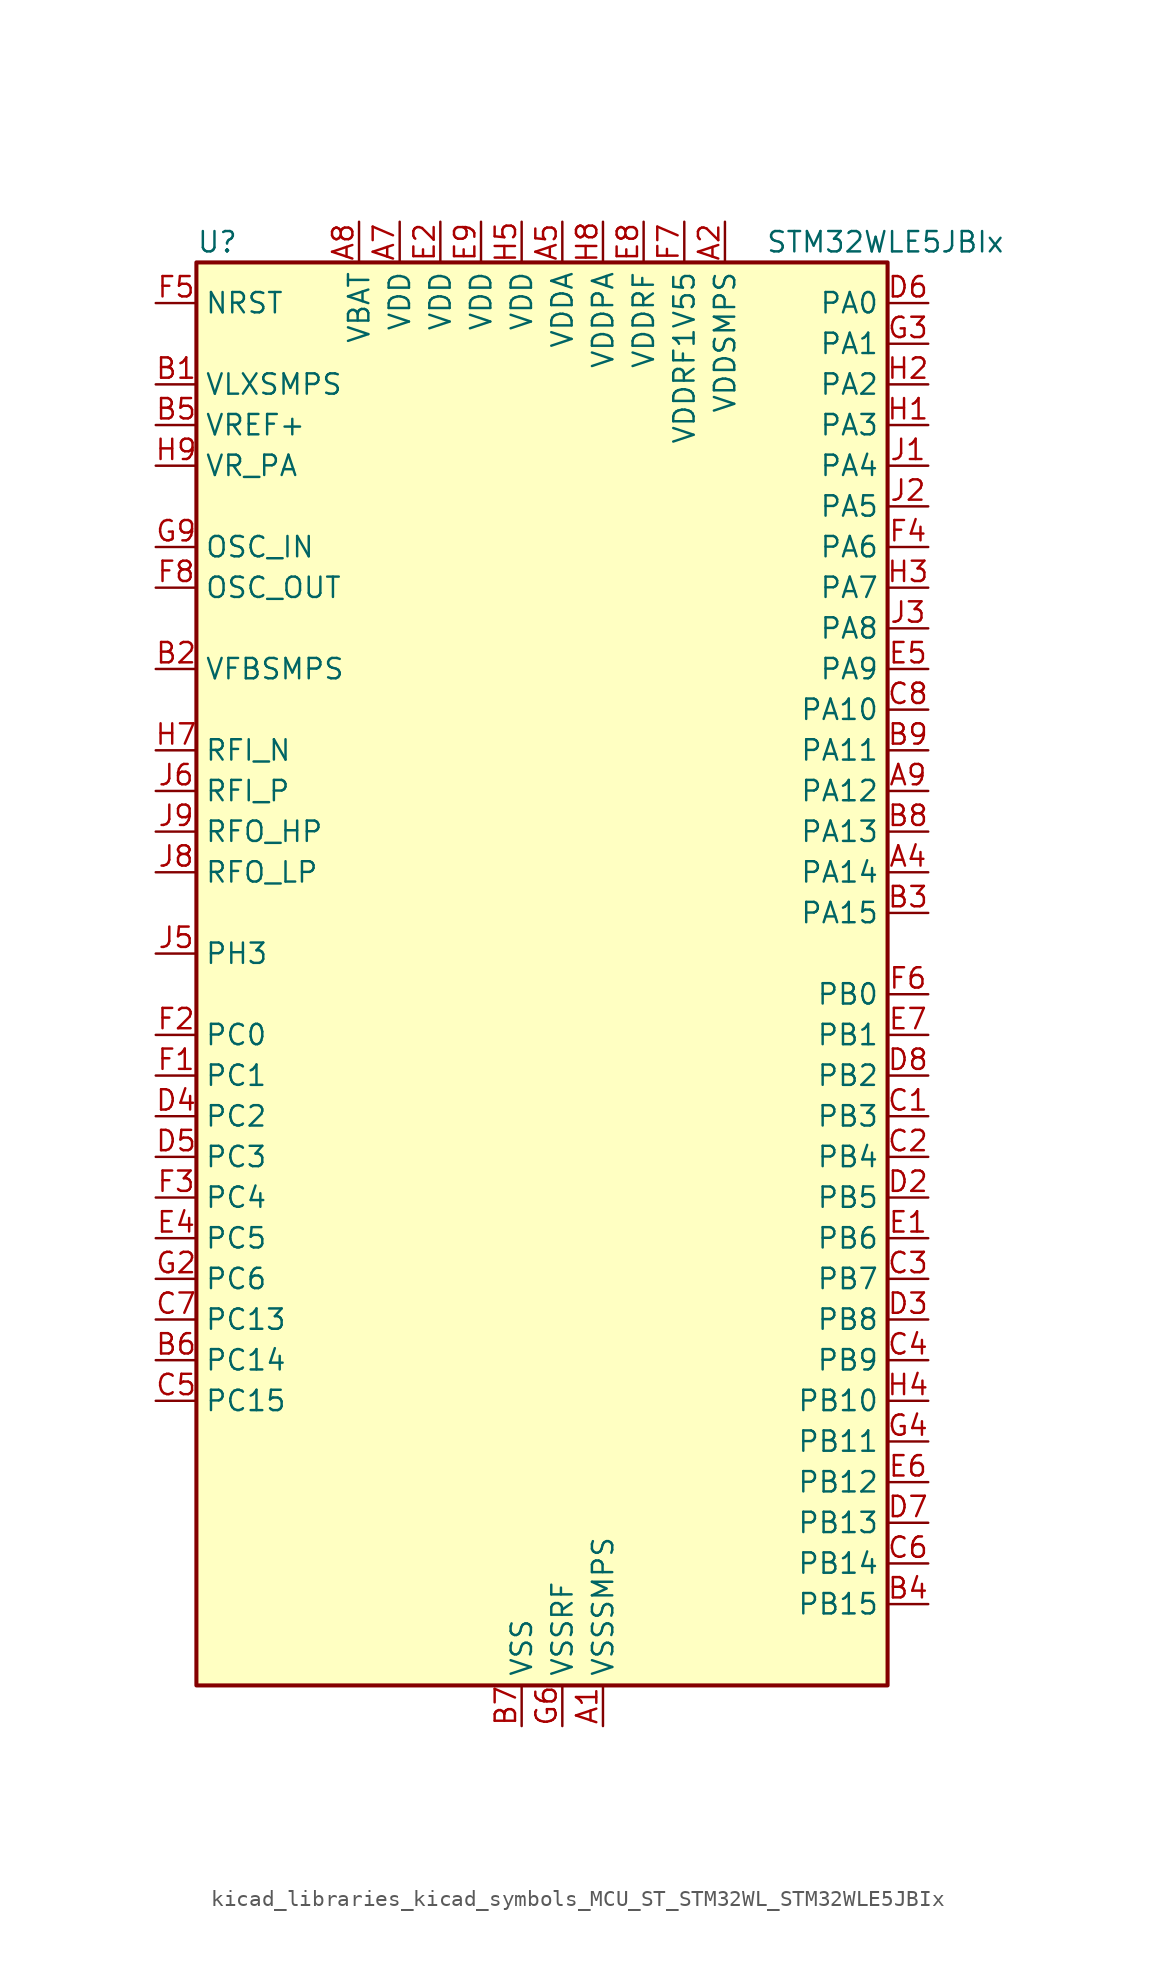
<source format=kicad_sym>
(kicad_symbol_lib
  (version 20220914)
  (generator kicad_symbol_editor)
  (symbol "kicad_libraries_kicad_symbols_MCU_ST_STM32WL_STM32WLE5JBIx"
    (property "Reference" "U"
      (at -20.32 46.99 0)
      (effects (font (size 1.27 1.27)) (justify left)))
    (property "Value" "STM32WLE5JBIx"
      (at 15.24 46.99 0)
      (effects (font (size 1.27 1.27)) (justify left)))
    (property "ki_locked" ""
      (at 0 0 0)
      (effects (font (size 1.27 1.27))))
    (symbol "kicad_libraries_kicad_symbols_MCU_ST_STM32WL_STM32WLE5JBIx_0_1"
      (rectangle (start -20.32 -43.18) (end 22.86 45.72) (stroke (width 0.254) (type default)) (fill (type background))))
    (symbol "kicad_libraries_kicad_symbols_MCU_ST_STM32WL_STM32WLE5JBIx_1_1"
      (pin power_in line (at 5.08 -45.72 90) (length 2.54) (name "VSSSMPS" (effects (font (size 1.27 1.27)))) (number "A1" (effects (font (size 1.27 1.27)))))
      (pin power_in line (at 12.7 48.26 270) (length 2.54) (name "VDDSMPS" (effects (font (size 1.27 1.27)))) (number "A2" (effects (font (size 1.27 1.27)))))
      (pin bidirectional line (at 25.4 7.62 180) (length 2.54) (name "PA14" (effects (font (size 1.27 1.27)))) (number "A4" (effects (font (size 1.27 1.27)))) (alternate "ADC_IN10" bidirectional line) (alternate "DEBUG_JTCK-SWCLK" bidirectional line) (alternate "I2C1_SMBA" bidirectional line) (alternate "LPTIM1_OUT" bidirectional line))
      (pin power_in line (at 2.54 48.26 270) (length 2.54) (name "VDDA" (effects (font (size 1.27 1.27)))) (number "A5" (effects (font (size 1.27 1.27)))))
      (pin power_in line (at -7.62 48.26 270) (length 2.54) (name "VDD" (effects (font (size 1.27 1.27)))) (number "A7" (effects (font (size 1.27 1.27)))))
      (pin power_in line (at -10.16 48.26 270) (length 2.54) (name "VBAT" (effects (font (size 1.27 1.27)))) (number "A8" (effects (font (size 1.27 1.27)))))
      (pin bidirectional line (at 25.4 12.7 180) (length 2.54) (name "PA12" (effects (font (size 1.27 1.27)))) (number "A9" (effects (font (size 1.27 1.27)))) (alternate "ADC_IN8" bidirectional line) (alternate "DEBUG_RF-BUSY" bidirectional line) (alternate "I2C2_SCL" bidirectional line) (alternate "LPTIM3_IN1" bidirectional line) (alternate "SPI1_MOSI" bidirectional line) (alternate "TIM1_ETR" bidirectional line) (alternate "USART1_DE" bidirectional line) (alternate "USART1_RTS" bidirectional line))
      (pin power_in line (at -22.86 38.1 0) (length 2.54) (name "VLXSMPS" (effects (font (size 1.27 1.27)))) (number "B1" (effects (font (size 1.27 1.27)))))
      (pin input line (at -22.86 20.32 0) (length 2.54) (name "VFBSMPS" (effects (font (size 1.27 1.27)))) (number "B2" (effects (font (size 1.27 1.27)))))
      (pin bidirectional line (at 25.4 5.08 180) (length 2.54) (name "PA15" (effects (font (size 1.27 1.27)))) (number "B3" (effects (font (size 1.27 1.27)))) (alternate "ADC_IN11" bidirectional line) (alternate "COMP1_INM" bidirectional line) (alternate "COMP2_INP" bidirectional line) (alternate "DEBUG_JTDI" bidirectional line) (alternate "I2C2_SDA" bidirectional line) (alternate "SPI1_NSS" bidirectional line) (alternate "TIM2_CH1" bidirectional line) (alternate "TIM2_ETR" bidirectional line))
      (pin bidirectional line (at 25.4 -38.1 180) (length 2.54) (name "PB15" (effects (font (size 1.27 1.27)))) (number "B4" (effects (font (size 1.27 1.27)))) (alternate "I2C2_SCL" bidirectional line) (alternate "I2S2_SD" bidirectional line) (alternate "SPI2_MOSI" bidirectional line) (alternate "TIM1_CH3N" bidirectional line))
      (pin input line (at -22.86 35.56 0) (length 2.54) (name "VREF+" (effects (font (size 1.27 1.27)))) (number "B5" (effects (font (size 1.27 1.27)))) (alternate "VREFBUF_OUT" bidirectional line))
      (pin bidirectional line (at -22.86 -22.86 0) (length 2.54) (name "PC14" (effects (font (size 1.27 1.27)))) (number "B6" (effects (font (size 1.27 1.27)))) (alternate "RCC_OSC32_IN" bidirectional line))
      (pin power_in line (at 0 -45.72 90) (length 2.54) (name "VSS" (effects (font (size 1.27 1.27)))) (number "B7" (effects (font (size 1.27 1.27)))))
      (pin bidirectional line (at 25.4 10.16 180) (length 2.54) (name "PA13" (effects (font (size 1.27 1.27)))) (number "B8" (effects (font (size 1.27 1.27)))) (alternate "ADC_IN9" bidirectional line) (alternate "DEBUG_JTMS-SWDIO" bidirectional line) (alternate "I2C2_SMBA" bidirectional line) (alternate "IR_OUT" bidirectional line))
      (pin bidirectional line (at 25.4 15.24 180) (length 2.54) (name "PA11" (effects (font (size 1.27 1.27)))) (number "B9" (effects (font (size 1.27 1.27)))) (alternate "ADC_EXTI11" bidirectional line) (alternate "ADC_IN7" bidirectional line) (alternate "COMP1_INM" bidirectional line) (alternate "COMP2_INM" bidirectional line) (alternate "DEBUG_RF-NRESET" bidirectional line) (alternate "I2C2_SDA" bidirectional line) (alternate "LPTIM3_ETR" bidirectional line) (alternate "SPI1_MISO" bidirectional line) (alternate "TIM1_BKIN2" bidirectional line) (alternate "TIM1_CH4" bidirectional line) (alternate "USART1_CTS" bidirectional line) (alternate "USART1_NSS" bidirectional line))
      (pin bidirectional line (at 25.4 -7.62 180) (length 2.54) (name "PB3" (effects (font (size 1.27 1.27)))) (number "C1" (effects (font (size 1.27 1.27)))) (alternate "ADC_IN2" bidirectional line) (alternate "COMP1_INM" bidirectional line) (alternate "COMP2_INM" bidirectional line) (alternate "DEBUG_JTDO-SWO" bidirectional line) (alternate "DEBUG_RF-DTB1" bidirectional line) (alternate "PWR_WKUP3" bidirectional line) (alternate "RTC_TAMP_IN3" bidirectional line) (alternate "SPI1_SCK" bidirectional line) (alternate "TIM2_CH2" bidirectional line) (alternate "USART1_DE" bidirectional line) (alternate "USART1_RTS" bidirectional line))
      (pin bidirectional line (at 25.4 -10.16 180) (length 2.54) (name "PB4" (effects (font (size 1.27 1.27)))) (number "C2" (effects (font (size 1.27 1.27)))) (alternate "ADC_IN3" bidirectional line) (alternate "COMP1_INP" bidirectional line) (alternate "COMP2_INP" bidirectional line) (alternate "DEBUG_JTRST" bidirectional line) (alternate "DEBUG_RF-LDORDY" bidirectional line) (alternate "I2C3_SDA" bidirectional line) (alternate "SPI1_MISO" bidirectional line) (alternate "TIM17_BKIN" bidirectional line) (alternate "USART1_CTS" bidirectional line) (alternate "USART1_NSS" bidirectional line))
      (pin bidirectional line (at 25.4 -17.78 180) (length 2.54) (name "PB7" (effects (font (size 1.27 1.27)))) (number "C3" (effects (font (size 1.27 1.27)))) (alternate "I2C1_SDA" bidirectional line) (alternate "LPTIM1_IN2" bidirectional line) (alternate "PWR_PVD_IN" bidirectional line) (alternate "TIM17_CH1N" bidirectional line) (alternate "TIM1_BKIN" bidirectional line) (alternate "USART1_RX" bidirectional line))
      (pin bidirectional line (at 25.4 -22.86 180) (length 2.54) (name "PB9" (effects (font (size 1.27 1.27)))) (number "C4" (effects (font (size 1.27 1.27)))) (alternate "DAC_EXTI9" bidirectional line) (alternate "I2C1_SDA" bidirectional line) (alternate "I2S2_WS" bidirectional line) (alternate "IR_OUT" bidirectional line) (alternate "SPI2_NSS" bidirectional line) (alternate "TIM17_CH1" bidirectional line) (alternate "TIM1_CH3N" bidirectional line))
      (pin bidirectional line (at -22.86 -25.4 0) (length 2.54) (name "PC15" (effects (font (size 1.27 1.27)))) (number "C5" (effects (font (size 1.27 1.27)))) (alternate "RCC_OSC32_OUT" bidirectional line))
      (pin bidirectional line (at 25.4 -35.56 180) (length 2.54) (name "PB14" (effects (font (size 1.27 1.27)))) (number "C6" (effects (font (size 1.27 1.27)))) (alternate "ADC_IN1" bidirectional line) (alternate "I2C3_SDA" bidirectional line) (alternate "I2S2_MCK" bidirectional line) (alternate "SPI2_MISO" bidirectional line) (alternate "TIM1_CH2N" bidirectional line))
      (pin bidirectional line (at -22.86 -20.32 0) (length 2.54) (name "PC13" (effects (font (size 1.27 1.27)))) (number "C7" (effects (font (size 1.27 1.27)))) (alternate "PWR_WKUP2" bidirectional line) (alternate "RTC_OUT1" bidirectional line) (alternate "RTC_TAMP_IN1" bidirectional line) (alternate "RTC_TS" bidirectional line))
      (pin bidirectional line (at 25.4 17.78 180) (length 2.54) (name "PA10" (effects (font (size 1.27 1.27)))) (number "C8" (effects (font (size 1.27 1.27)))) (alternate "ADC_IN6" bidirectional line) (alternate "COMP1_INM" bidirectional line) (alternate "COMP2_INM" bidirectional line) (alternate "DAC_OUT1" bidirectional line) (alternate "DEBUG_RF-HSE32RDY" bidirectional line) (alternate "I2C1_SDA" bidirectional line) (alternate "I2S2_SD" bidirectional line) (alternate "RTC_REFIN" bidirectional line) (alternate "SPI2_MOSI" bidirectional line) (alternate "TIM17_BKIN" bidirectional line) (alternate "TIM1_CH3" bidirectional line) (alternate "USART1_RX" bidirectional line))
      (pin bidirectional line (at 25.4 -12.7 180) (length 2.54) (name "PB5" (effects (font (size 1.27 1.27)))) (number "D2" (effects (font (size 1.27 1.27)))) (alternate "COMP2_OUT" bidirectional line) (alternate "I2C1_SMBA" bidirectional line) (alternate "LPTIM1_IN1" bidirectional line) (alternate "SPI1_MOSI" bidirectional line) (alternate "TIM16_BKIN" bidirectional line) (alternate "USART1_CK" bidirectional line))
      (pin bidirectional line (at 25.4 -20.32 180) (length 2.54) (name "PB8" (effects (font (size 1.27 1.27)))) (number "D3" (effects (font (size 1.27 1.27)))) (alternate "I2C1_SCL" bidirectional line) (alternate "TIM16_CH1" bidirectional line) (alternate "TIM1_CH2N" bidirectional line))
      (pin bidirectional line (at -22.86 -7.62 0) (length 2.54) (name "PC2" (effects (font (size 1.27 1.27)))) (number "D4" (effects (font (size 1.27 1.27)))) (alternate "LPTIM1_IN2" bidirectional line) (alternate "SPI2_MISO" bidirectional line))
      (pin bidirectional line (at -22.86 -10.16 0) (length 2.54) (name "PC3" (effects (font (size 1.27 1.27)))) (number "D5" (effects (font (size 1.27 1.27)))) (alternate "I2S2_SD" bidirectional line) (alternate "LPTIM1_ETR" bidirectional line) (alternate "LPTIM2_ETR" bidirectional line) (alternate "SPI2_MOSI" bidirectional line))
      (pin bidirectional line (at 25.4 43.18 180) (length 2.54) (name "PA0" (effects (font (size 1.27 1.27)))) (number "D6" (effects (font (size 1.27 1.27)))) (alternate "COMP1_OUT" bidirectional line) (alternate "DEBUG_PWR-REGLP1S" bidirectional line) (alternate "I2C3_SMBA" bidirectional line) (alternate "I2S_CKIN" bidirectional line) (alternate "PWR_WKUP1" bidirectional line) (alternate "RTC_TAMP_IN2" bidirectional line) (alternate "TIM2_CH1" bidirectional line) (alternate "TIM2_ETR" bidirectional line) (alternate "USART2_CTS" bidirectional line) (alternate "USART2_NSS" bidirectional line))
      (pin bidirectional line (at 25.4 -33.02 180) (length 2.54) (name "PB13" (effects (font (size 1.27 1.27)))) (number "D7" (effects (font (size 1.27 1.27)))) (alternate "ADC_IN0" bidirectional line) (alternate "I2C3_SCL" bidirectional line) (alternate "I2S2_CK" bidirectional line) (alternate "LPUART1_CTS" bidirectional line) (alternate "SPI2_SCK" bidirectional line) (alternate "TIM1_CH1N" bidirectional line))
      (pin bidirectional line (at 25.4 -5.08 180) (length 2.54) (name "PB2" (effects (font (size 1.27 1.27)))) (number "D8" (effects (font (size 1.27 1.27)))) (alternate "ADC_IN4" bidirectional line) (alternate "COMP1_INP" bidirectional line) (alternate "COMP2_INM" bidirectional line) (alternate "DEBUG_RF-SMPSRDY" bidirectional line) (alternate "I2C3_SMBA" bidirectional line) (alternate "LPTIM1_OUT" bidirectional line) (alternate "SPI1_NSS" bidirectional line))
      (pin passive line (at 0 -45.72 90) (length 2.54) hide (name "VSS" (effects (font (size 1.27 1.27)))) (number "D9" (effects (font (size 1.27 1.27)))))
      (pin bidirectional line (at 25.4 -15.24 180) (length 2.54) (name "PB6" (effects (font (size 1.27 1.27)))) (number "E1" (effects (font (size 1.27 1.27)))) (alternate "I2C1_SCL" bidirectional line) (alternate "LPTIM1_ETR" bidirectional line) (alternate "TIM16_CH1N" bidirectional line) (alternate "USART1_TX" bidirectional line))
      (pin power_in line (at -5.08 48.26 270) (length 2.54) (name "VDD" (effects (font (size 1.27 1.27)))) (number "E2" (effects (font (size 1.27 1.27)))))
      (pin passive line (at 0 -45.72 90) (length 2.54) hide (name "VSS" (effects (font (size 1.27 1.27)))) (number "E3" (effects (font (size 1.27 1.27)))))
      (pin bidirectional line (at -22.86 -15.24 0) (length 2.54) (name "PC5" (effects (font (size 1.27 1.27)))) (number "E4" (effects (font (size 1.27 1.27)))))
      (pin bidirectional line (at 25.4 20.32 180) (length 2.54) (name "PA9" (effects (font (size 1.27 1.27)))) (number "E5" (effects (font (size 1.27 1.27)))) (alternate "DAC_EXTI9" bidirectional line) (alternate "I2C1_SCL" bidirectional line) (alternate "I2S2_CK" bidirectional line) (alternate "I2S2_WS" bidirectional line) (alternate "SPI2_NSS" bidirectional line) (alternate "SPI2_SCK" bidirectional line) (alternate "TIM1_CH2" bidirectional line) (alternate "USART1_TX" bidirectional line))
      (pin bidirectional line (at 25.4 -30.48 180) (length 2.54) (name "PB12" (effects (font (size 1.27 1.27)))) (number "E6" (effects (font (size 1.27 1.27)))) (alternate "I2C3_SMBA" bidirectional line) (alternate "I2S2_WS" bidirectional line) (alternate "LPUART1_RTS" bidirectional line) (alternate "SPI2_NSS" bidirectional line) (alternate "TIM1_BKIN" bidirectional line))
      (pin bidirectional line (at 25.4 -2.54 180) (length 2.54) (name "PB1" (effects (font (size 1.27 1.27)))) (number "E7" (effects (font (size 1.27 1.27)))) (alternate "ADC_IN5" bidirectional line) (alternate "COMP2_INP" bidirectional line) (alternate "LPTIM2_IN1" bidirectional line) (alternate "LPUART1_DE" bidirectional line) (alternate "LPUART1_RTS" bidirectional line))
      (pin power_in line (at 7.62 48.26 270) (length 2.54) (name "VDDRF" (effects (font (size 1.27 1.27)))) (number "E8" (effects (font (size 1.27 1.27)))))
      (pin power_in line (at -2.54 48.26 270) (length 2.54) (name "VDD" (effects (font (size 1.27 1.27)))) (number "E9" (effects (font (size 1.27 1.27)))))
      (pin bidirectional line (at -22.86 -5.08 0) (length 2.54) (name "PC1" (effects (font (size 1.27 1.27)))) (number "F1" (effects (font (size 1.27 1.27)))) (alternate "I2C3_SDA" bidirectional line) (alternate "I2S2_SD" bidirectional line) (alternate "LPTIM1_OUT" bidirectional line) (alternate "LPUART1_TX" bidirectional line) (alternate "SPI2_MOSI" bidirectional line))
      (pin bidirectional line (at -22.86 -2.54 0) (length 2.54) (name "PC0" (effects (font (size 1.27 1.27)))) (number "F2" (effects (font (size 1.27 1.27)))) (alternate "I2C3_SCL" bidirectional line) (alternate "LPTIM1_IN1" bidirectional line) (alternate "LPTIM2_IN1" bidirectional line) (alternate "LPUART1_RX" bidirectional line))
      (pin bidirectional line (at -22.86 -12.7 0) (length 2.54) (name "PC4" (effects (font (size 1.27 1.27)))) (number "F3" (effects (font (size 1.27 1.27)))))
      (pin bidirectional line (at 25.4 27.94 180) (length 2.54) (name "PA6" (effects (font (size 1.27 1.27)))) (number "F4" (effects (font (size 1.27 1.27)))) (alternate "DEBUG_SUBGHZSPI-MISOOUT" bidirectional line) (alternate "I2C2_SMBA" bidirectional line) (alternate "LPUART1_CTS" bidirectional line) (alternate "SPI1_MISO" bidirectional line) (alternate "TIM16_CH1" bidirectional line) (alternate "TIM1_BKIN" bidirectional line))
      (pin input line (at -22.86 43.18 0) (length 2.54) (name "NRST" (effects (font (size 1.27 1.27)))) (number "F5" (effects (font (size 1.27 1.27)))))
      (pin bidirectional line (at 25.4 0 180) (length 2.54) (name "PB0" (effects (font (size 1.27 1.27)))) (number "F6" (effects (font (size 1.27 1.27)))) (alternate "COMP1_OUT" bidirectional line) (alternate "VDDTCXO" bidirectional line))
      (pin power_in line (at 10.16 48.26 270) (length 2.54) (name "VDDRF1V55" (effects (font (size 1.27 1.27)))) (number "F7" (effects (font (size 1.27 1.27)))))
      (pin input line (at -22.86 25.4 0) (length 2.54) (name "OSC_OUT" (effects (font (size 1.27 1.27)))) (number "F8" (effects (font (size 1.27 1.27)))) (alternate "RCC_OSC_OUT" bidirectional line))
      (pin bidirectional line (at -22.86 -17.78 0) (length 2.54) (name "PC6" (effects (font (size 1.27 1.27)))) (number "G2" (effects (font (size 1.27 1.27)))) (alternate "I2S2_MCK" bidirectional line))
      (pin bidirectional line (at 25.4 40.64 180) (length 2.54) (name "PA1" (effects (font (size 1.27 1.27)))) (number "G3" (effects (font (size 1.27 1.27)))) (alternate "DEBUG_PWR-REGLP2S" bidirectional line) (alternate "I2C1_SMBA" bidirectional line) (alternate "LPTIM3_OUT" bidirectional line) (alternate "LPUART1_RTS" bidirectional line) (alternate "SPI1_SCK" bidirectional line) (alternate "TIM2_CH2" bidirectional line) (alternate "USART2_DE" bidirectional line) (alternate "USART2_RTS" bidirectional line))
      (pin bidirectional line (at 25.4 -27.94 180) (length 2.54) (name "PB11" (effects (font (size 1.27 1.27)))) (number "G4" (effects (font (size 1.27 1.27)))) (alternate "ADC_EXTI11" bidirectional line) (alternate "COMP2_OUT" bidirectional line) (alternate "I2C3_SDA" bidirectional line) (alternate "LPUART1_TX" bidirectional line) (alternate "TIM2_CH4" bidirectional line))
      (pin passive line (at 0 -45.72 90) (length 2.54) hide (name "VSS" (effects (font (size 1.27 1.27)))) (number "G5" (effects (font (size 1.27 1.27)))))
      (pin power_in line (at 2.54 -45.72 90) (length 2.54) (name "VSSRF" (effects (font (size 1.27 1.27)))) (number "G6" (effects (font (size 1.27 1.27)))))
      (pin passive line (at 2.54 -45.72 90) (length 2.54) hide (name "VSSRF" (effects (font (size 1.27 1.27)))) (number "G7" (effects (font (size 1.27 1.27)))))
      (pin passive line (at 2.54 -45.72 90) (length 2.54) hide (name "VSSRF" (effects (font (size 1.27 1.27)))) (number "G8" (effects (font (size 1.27 1.27)))))
      (pin input line (at -22.86 27.94 0) (length 2.54) (name "OSC_IN" (effects (font (size 1.27 1.27)))) (number "G9" (effects (font (size 1.27 1.27)))) (alternate "RCC_OSC_IN" bidirectional line))
      (pin bidirectional line (at 25.4 35.56 180) (length 2.54) (name "PA3" (effects (font (size 1.27 1.27)))) (number "H1" (effects (font (size 1.27 1.27)))) (alternate "I2S2_MCK" bidirectional line) (alternate "LPUART1_RX" bidirectional line) (alternate "TIM2_CH4" bidirectional line) (alternate "USART2_RX" bidirectional line))
      (pin bidirectional line (at 25.4 38.1 180) (length 2.54) (name "PA2" (effects (font (size 1.27 1.27)))) (number "H2" (effects (font (size 1.27 1.27)))) (alternate "COMP2_OUT" bidirectional line) (alternate "DEBUG_PWR-LDORDY" bidirectional line) (alternate "LPUART1_TX" bidirectional line) (alternate "RCC_LSCO" bidirectional line) (alternate "TIM2_CH3" bidirectional line) (alternate "USART2_TX" bidirectional line))
      (pin bidirectional line (at 25.4 25.4 180) (length 2.54) (name "PA7" (effects (font (size 1.27 1.27)))) (number "H3" (effects (font (size 1.27 1.27)))) (alternate "COMP2_OUT" bidirectional line) (alternate "DEBUG_SUBGHZSPI-MOSIOUT" bidirectional line) (alternate "I2C3_SCL" bidirectional line) (alternate "SPI1_MOSI" bidirectional line) (alternate "TIM17_CH1" bidirectional line) (alternate "TIM1_CH1N" bidirectional line))
      (pin bidirectional line (at 25.4 -25.4 180) (length 2.54) (name "PB10" (effects (font (size 1.27 1.27)))) (number "H4" (effects (font (size 1.27 1.27)))) (alternate "COMP1_OUT" bidirectional line) (alternate "I2C3_SCL" bidirectional line) (alternate "I2S2_CK" bidirectional line) (alternate "LPUART1_RX" bidirectional line) (alternate "SPI2_SCK" bidirectional line) (alternate "TIM2_CH3" bidirectional line))
      (pin power_in line (at 0 48.26 270) (length 2.54) (name "VDD" (effects (font (size 1.27 1.27)))) (number "H5" (effects (font (size 1.27 1.27)))))
      (pin passive line (at 2.54 -45.72 90) (length 2.54) hide (name "VSSRF" (effects (font (size 1.27 1.27)))) (number "H6" (effects (font (size 1.27 1.27)))))
      (pin bidirectional line (at -22.86 15.24 0) (length 2.54) (name "RFI_N" (effects (font (size 1.27 1.27)))) (number "H7" (effects (font (size 1.27 1.27)))))
      (pin power_in line (at 5.08 48.26 270) (length 2.54) (name "VDDPA" (effects (font (size 1.27 1.27)))) (number "H8" (effects (font (size 1.27 1.27)))))
      (pin power_in line (at -22.86 33.02 0) (length 2.54) (name "VR_PA" (effects (font (size 1.27 1.27)))) (number "H9" (effects (font (size 1.27 1.27)))))
      (pin bidirectional line (at 25.4 33.02 180) (length 2.54) (name "PA4" (effects (font (size 1.27 1.27)))) (number "J1" (effects (font (size 1.27 1.27)))) (alternate "DEBUG_SUBGHZSPI-NSSOUT" bidirectional line) (alternate "LPTIM1_OUT" bidirectional line) (alternate "LPTIM2_OUT" bidirectional line) (alternate "RTC_OUT2" bidirectional line) (alternate "SPI1_NSS" bidirectional line) (alternate "USART2_CK" bidirectional line))
      (pin bidirectional line (at 25.4 30.48 180) (length 2.54) (name "PA5" (effects (font (size 1.27 1.27)))) (number "J2" (effects (font (size 1.27 1.27)))) (alternate "DEBUG_SUBGHZSPI-SCKOUT" bidirectional line) (alternate "LPTIM2_ETR" bidirectional line) (alternate "SPI1_SCK" bidirectional line) (alternate "SPI2_MISO" bidirectional line) (alternate "TIM2_CH1" bidirectional line) (alternate "TIM2_ETR" bidirectional line))
      (pin bidirectional line (at 25.4 22.86 180) (length 2.54) (name "PA8" (effects (font (size 1.27 1.27)))) (number "J3" (effects (font (size 1.27 1.27)))) (alternate "I2S2_CK" bidirectional line) (alternate "LPTIM2_OUT" bidirectional line) (alternate "RCC_MCO" bidirectional line) (alternate "SPI2_SCK" bidirectional line) (alternate "TIM1_CH1" bidirectional line) (alternate "USART1_CK" bidirectional line))
      (pin bidirectional line (at -22.86 2.54 0) (length 2.54) (name "PH3" (effects (font (size 1.27 1.27)))) (number "J5" (effects (font (size 1.27 1.27)))))
      (pin bidirectional line (at -22.86 12.7 0) (length 2.54) (name "RFI_P" (effects (font (size 1.27 1.27)))) (number "J6" (effects (font (size 1.27 1.27)))))
      (pin bidirectional line (at -22.86 7.62 0) (length 2.54) (name "RFO_LP" (effects (font (size 1.27 1.27)))) (number "J8" (effects (font (size 1.27 1.27)))))
      (pin bidirectional line (at -22.86 10.16 0) (length 2.54) (name "RFO_HP" (effects (font (size 1.27 1.27)))) (number "J9" (effects (font (size 1.27 1.27))))))))
</source>
